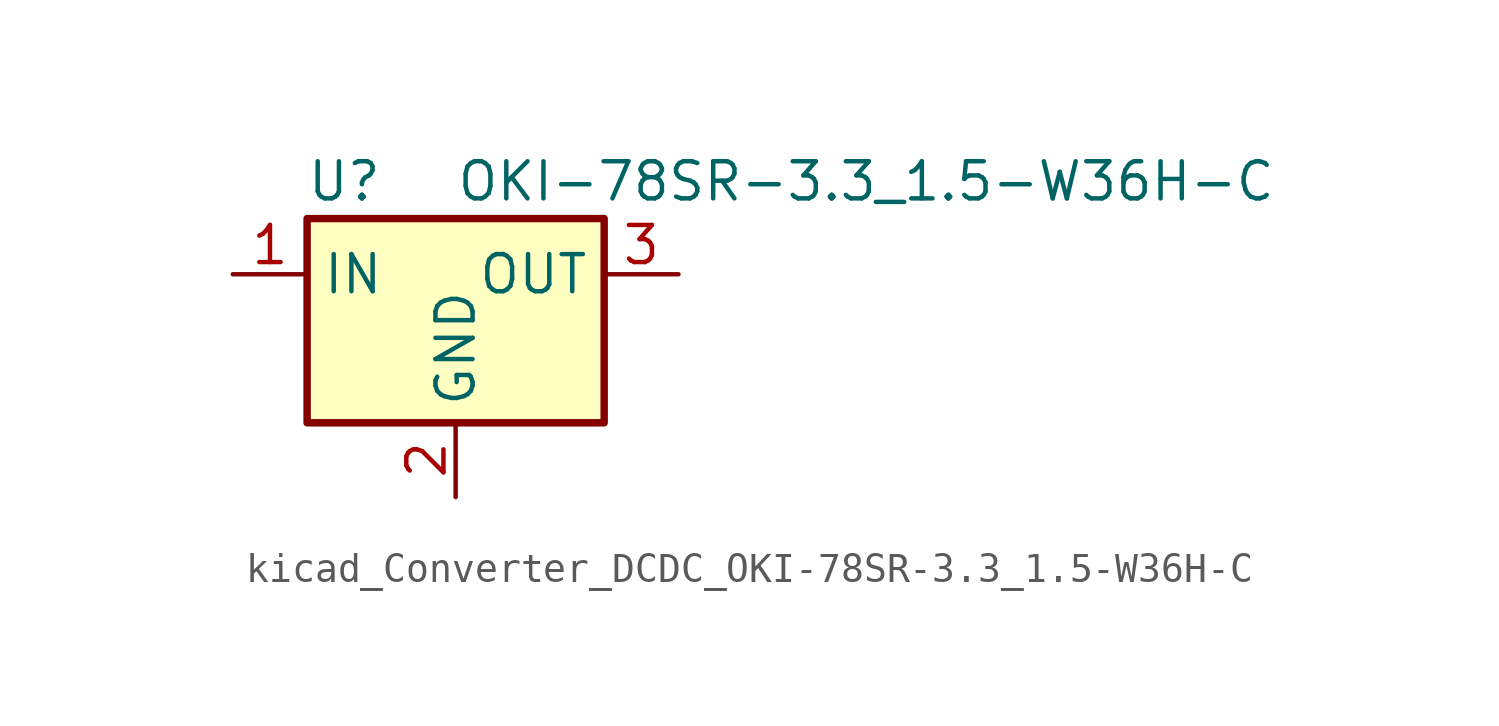
<source format=kicad_sym>
(kicad_symbol_lib
  (version 20220914)
  (generator kicad_symbol_editor)
  (symbol "kicad_Converter_DCDC_OKI-78SR-3.3_1.5-W36H-C"
    (property "Reference" "U"
      (at -3.81 3.175 0)
      (effects (font (size 1.27 1.27))))
    (property "Value" "OKI-78SR-3.3_1.5-W36H-C"
      (at 0 3.175 0)
      (effects (font (size 1.27 1.27)) (justify left)))
    (symbol "kicad_Converter_DCDC_OKI-78SR-3.3_1.5-W36H-C_0_1"
      (rectangle (start -5.08 1.905) (end 5.08 -5.08) (stroke (width 0.254) (type default)) (fill (type background))))
    (symbol "kicad_Converter_DCDC_OKI-78SR-3.3_1.5-W36H-C_1_1"
      (pin power_in line (at -7.62 0 0) (length 2.54) (name "IN" (effects (font (size 1.27 1.27)))) (number "1" (effects (font (size 1.27 1.27)))))
      (pin power_in line (at 0 -7.62 90) (length 2.54) (name "GND" (effects (font (size 1.27 1.27)))) (number "2" (effects (font (size 1.27 1.27)))))
      (pin power_out line (at 7.62 0 180) (length 2.54) (name "OUT" (effects (font (size 1.27 1.27)))) (number "3" (effects (font (size 1.27 1.27))))))))
</source>
